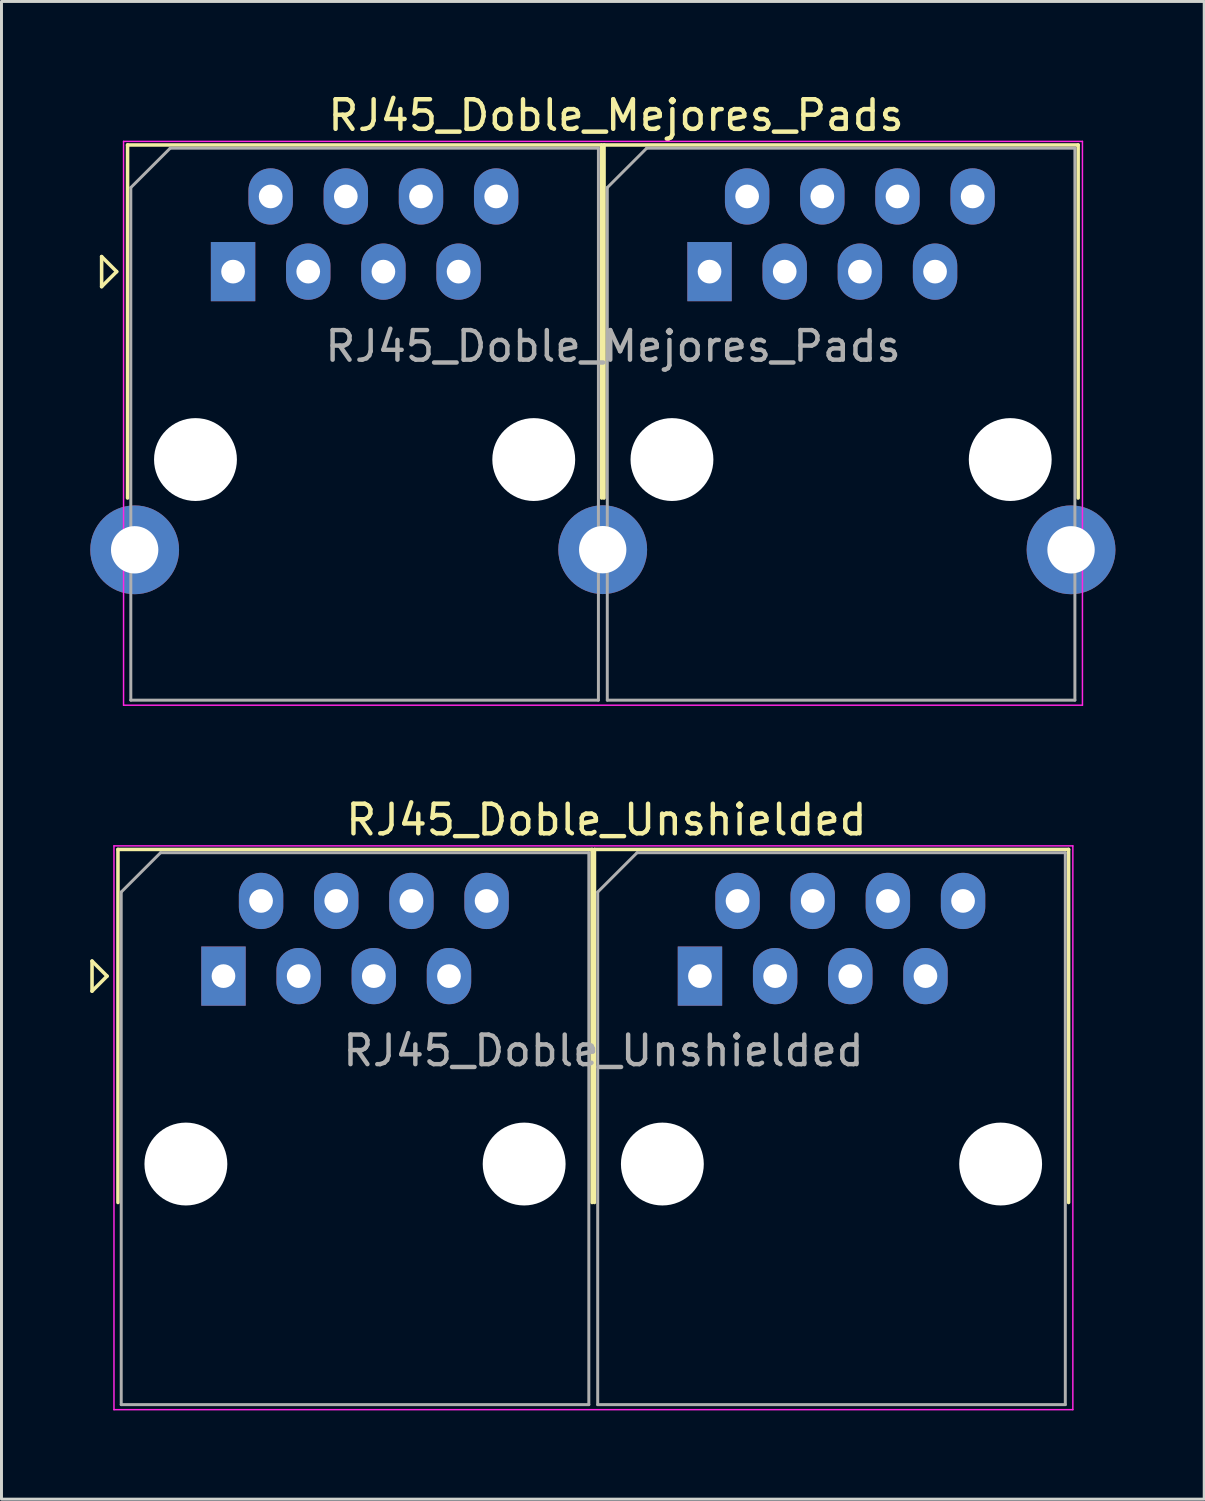
<source format=kicad_pcb>
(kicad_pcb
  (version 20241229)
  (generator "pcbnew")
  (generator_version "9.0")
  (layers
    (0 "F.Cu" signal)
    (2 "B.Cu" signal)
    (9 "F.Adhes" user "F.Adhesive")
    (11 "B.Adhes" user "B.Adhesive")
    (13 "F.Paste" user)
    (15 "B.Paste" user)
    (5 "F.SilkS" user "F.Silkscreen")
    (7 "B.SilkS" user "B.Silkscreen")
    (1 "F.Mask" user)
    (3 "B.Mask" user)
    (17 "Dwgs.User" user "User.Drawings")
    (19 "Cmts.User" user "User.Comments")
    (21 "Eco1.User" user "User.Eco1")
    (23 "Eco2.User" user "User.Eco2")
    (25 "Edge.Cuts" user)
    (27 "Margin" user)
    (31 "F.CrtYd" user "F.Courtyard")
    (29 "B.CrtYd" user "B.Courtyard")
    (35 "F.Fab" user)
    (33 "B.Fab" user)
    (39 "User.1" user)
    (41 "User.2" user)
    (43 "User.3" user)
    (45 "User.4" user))
  (footprint "RJ45_Doble_Mejores_Pads"
    (layer "F.Cu")
    (at 4.865 6.048)
    (property "Reference" "RJ45_Doble_Mejores_Pads" (at 12.9 -5.2 0) (layer "F.SilkS") (effects (font (size 1 1) (thickness 0.15))))
    (attr through_hole)
    (fp_line (start -4.481 -0.428) (end -4.481 0.588) (stroke (width 0.12) (type solid)) (layer "F.SilkS"))
    (fp_line (start -4.481 0.588) (end -3.973 0.08) (stroke (width 0.12) (type solid)) (layer "F.SilkS"))
    (fp_line (start -3.973 0.08) (end -4.481 -0.428) (stroke (width 0.12) (type solid)) (layer "F.SilkS"))
    (fp_line (start -3.605 -4.2) (end -3.605 7.73) (stroke (width 0.12) (type solid)) (layer "F.SilkS"))
    (fp_line (start 12.415 -4.2) (end -3.605 -4.2) (stroke (width 0.12) (type solid)) (layer "F.SilkS"))
    (fp_line (start 12.415 -4.2) (end 12.415 7.73) (stroke (width 0.12) (type solid)) (layer "F.SilkS"))
    (fp_line (start 12.495 -4.2) (end 12.495 7.73) (stroke (width 0.12) (type solid)) (layer "F.SilkS"))
    (fp_line (start 28.515 -4.2) (end 12.495 -4.2) (stroke (width 0.12) (type solid)) (layer "F.SilkS"))
    (fp_line (start 28.515 -4.2) (end 28.515 7.73) (stroke (width 0.12) (type solid)) (layer "F.SilkS"))
    (fp_line (start -3.605 11.23) (end -3.605 14.67) (stroke (width 0.12) (type solid)) (layer "Eco2.User"))
    (fp_line (start 12.415 11.23) (end 12.415 14.67) (stroke (width 0.12) (type solid)) (layer "Eco2.User"))
    (fp_line (start 12.415 14.67) (end -3.605 14.67) (stroke (width 0.12) (type solid)) (layer "Eco2.User"))
    (fp_line (start 12.495 11.23) (end 12.495 14.67) (stroke (width 0.12) (type solid)) (layer "Eco2.User"))
    (fp_line (start 28.515 11.23) (end 28.515 14.67) (stroke (width 0.12) (type solid)) (layer "Eco2.User"))
    (fp_line (start 28.515 14.67) (end 12.495 14.67) (stroke (width 0.12) (type solid)) (layer "Eco2.User"))
    (fp_line (start -3.74 -4.32) (end 28.66 -4.32) (stroke (width 0.05) (type solid)) (layer "F.CrtYd"))
    (fp_line (start -3.74 14.73) (end -3.74 -4.32) (stroke (width 0.05) (type solid)) (layer "F.CrtYd"))
    (fp_line (start 28.66 -4.32) (end 28.66 14.73) (stroke (width 0.05) (type solid)) (layer "F.CrtYd"))
    (fp_line (start 28.66 14.73) (end -3.74 14.73) (stroke (width 0.05) (type solid)) (layer "F.CrtYd"))
    (fp_line (start -3.495 -2.76) (end -3.495 14.56) (stroke (width 0.1) (type solid)) (layer "F.Fab"))
    (fp_line (start -3.495 -2.76) (end -2.165 -4.09) (stroke (width 0.1) (type solid)) (layer "F.Fab"))
    (fp_line (start 12.305 -4.09) (end -2.165 -4.09) (stroke (width 0.1) (type solid)) (layer "F.Fab"))
    (fp_line (start 12.305 14.56) (end -3.495 14.56) (stroke (width 0.1) (type solid)) (layer "F.Fab"))
    (fp_line (start 12.305 14.56) (end 12.305 -4.09) (stroke (width 0.1) (type solid)) (layer "F.Fab"))
    (fp_line (start 12.605 -2.76) (end 12.605 14.56) (stroke (width 0.1) (type solid)) (layer "F.Fab"))
    (fp_line (start 12.605 -2.76) (end 13.935 -4.09) (stroke (width 0.1) (type solid)) (layer "F.Fab"))
    (fp_line (start 28.405 -4.09) (end 13.935 -4.09) (stroke (width 0.1) (type solid)) (layer "F.Fab"))
    (fp_line (start 28.405 14.56) (end 12.605 14.56) (stroke (width 0.1) (type solid)) (layer "F.Fab"))
    (fp_line (start 28.405 14.56) (end 28.405 -4.09) (stroke (width 0.1) (type solid)) (layer "F.Fab"))
    (fp_text user "${REFERENCE}" (at 12.8 2.6 0) (layer "F.Fab") (effects (font (size 1 1) (thickness 0.15))))
    (pad "" np_thru_hole circle (at -1.31 6.43) (size 2.8 2.8) (drill 2.8) (layers "*.Cu" "*.Mask"))
    (pad "" np_thru_hole circle (at 10.12 6.43 180) (size 2.8 2.8) (drill 2.8) (layers "*.Cu" "*.Mask"))
    (pad "" np_thru_hole circle (at 14.79 6.43) (size 2.8 2.8) (drill 2.8) (layers "*.Cu" "*.Mask"))
    (pad "" np_thru_hole circle (at 26.22 6.43 180) (size 2.8 2.8) (drill 2.8) (layers "*.Cu" "*.Mask"))
    (pad "1" thru_hole rect (at -0.04 0.08 180) (size 1.5 2) (drill 0.8) (layers "*.Cu" "*.Mask"))
    (pad "2" thru_hole oval (at 1.23 -2.46 180) (size 1.5 1.9) (drill 0.8) (layers "*.Cu" "*.Mask"))
    (pad "3" thru_hole oval (at 2.5 0.08 180) (size 1.5 1.9) (drill 0.8) (layers "*.Cu" "*.Mask"))
    (pad "4" thru_hole oval (at 3.77 -2.46 180) (size 1.5 1.9) (drill 0.8) (layers "*.Cu" "*.Mask"))
    (pad "5" thru_hole oval (at 5.04 0.08 180) (size 1.5 1.9) (drill 0.8) (layers "*.Cu" "*.Mask"))
    (pad "6" thru_hole oval (at 6.31 -2.46 180) (size 1.5 1.9) (drill 0.8) (layers "*.Cu" "*.Mask"))
    (pad "7" thru_hole oval (at 7.58 0.08 180) (size 1.5 1.9) (drill 0.8) (layers "*.Cu" "*.Mask"))
    (pad "8" thru_hole oval (at 8.85 -2.46 180) (size 1.5 1.9) (drill 0.8) (layers "*.Cu" "*.Mask"))
    (pad "9" thru_hole rect (at 16.06 0.08 180) (size 1.5 2) (drill 0.8) (layers "*.Cu" "*.Mask"))
    (pad "10" thru_hole oval (at 17.33 -2.46 180) (size 1.5 1.9) (drill 0.8) (layers "*.Cu" "*.Mask"))
    (pad "11" thru_hole oval (at 18.6 0.08 180) (size 1.5 1.9) (drill 0.8) (layers "*.Cu" "*.Mask"))
    (pad "12" thru_hole oval (at 19.87 -2.46 180) (size 1.5 1.9) (drill 0.8) (layers "*.Cu" "*.Mask"))
    (pad "13" thru_hole oval (at 21.14 0.08 180) (size 1.5 1.9) (drill 0.8) (layers "*.Cu" "*.Mask"))
    (pad "14" thru_hole oval (at 22.41 -2.46 180) (size 1.5 1.9) (drill 0.8) (layers "*.Cu" "*.Mask"))
    (pad "15" thru_hole oval (at 23.68 0.08 180) (size 1.5 1.9) (drill 0.8) (layers "*.Cu" "*.Mask"))
    (pad "16" thru_hole oval (at 24.95 -2.46 180) (size 1.5 1.9) (drill 0.8) (layers "*.Cu" "*.Mask"))
    (pad "SH" thru_hole circle (at -3.365 9.48) (size 3 3) (drill 1.6) (layers "*.Cu" "*.Mask"))
    (pad "SH" thru_hole circle (at 12.45 9.475 180) (size 3 3) (drill 1.6) (layers "*.Cu" "*.Mask"))
    (pad "SH" thru_hole circle (at 28.275 9.48 180) (size 3 3) (drill 1.6) (layers "*.Cu" "*.Mask")))
  (footprint "RJ45_Doble_Unshielded"
    (layer "F.Cu")
    (at 4.541 29.852)
    (property "Reference" "RJ45_Doble_Unshielded" (at 12.9 -5.2 0) (layer "F.SilkS") (effects (font (size 1 1) (thickness 0.15))))
    (attr through_hole)
    (fp_line (start -4.481 -0.428) (end -4.481 0.588) (stroke (width 0.12) (type solid)) (layer "F.SilkS"))
    (fp_line (start -4.481 0.588) (end -3.973 0.08) (stroke (width 0.12) (type solid)) (layer "F.SilkS"))
    (fp_line (start -3.973 0.08) (end -4.481 -0.428) (stroke (width 0.12) (type solid)) (layer "F.SilkS"))
    (fp_line (start -3.605 -4.2) (end -3.605 7.73) (stroke (width 0.12) (type solid)) (layer "F.SilkS"))
    (fp_line (start 12.415 -4.2) (end -3.605 -4.2) (stroke (width 0.12) (type solid)) (layer "F.SilkS"))
    (fp_line (start 12.415 -4.2) (end 12.415 7.73) (stroke (width 0.12) (type solid)) (layer "F.SilkS"))
    (fp_line (start 12.495 -4.2) (end 12.495 7.73) (stroke (width 0.12) (type solid)) (layer "F.SilkS"))
    (fp_line (start 28.515 -4.2) (end 12.495 -4.2) (stroke (width 0.12) (type solid)) (layer "F.SilkS"))
    (fp_line (start 28.515 -4.2) (end 28.515 7.73) (stroke (width 0.12) (type solid)) (layer "F.SilkS"))
    (fp_line (start -3.605 11.23) (end -3.605 14.67) (stroke (width 0.12) (type solid)) (layer "Eco2.User"))
    (fp_line (start 12.415 11.23) (end 12.415 14.67) (stroke (width 0.12) (type solid)) (layer "Eco2.User"))
    (fp_line (start 12.415 14.67) (end -3.605 14.67) (stroke (width 0.12) (type solid)) (layer "Eco2.User"))
    (fp_line (start 12.495 11.23) (end 12.495 14.67) (stroke (width 0.12) (type solid)) (layer "Eco2.User"))
    (fp_line (start 28.515 11.23) (end 28.515 14.67) (stroke (width 0.12) (type solid)) (layer "Eco2.User"))
    (fp_line (start 28.515 14.67) (end 12.495 14.67) (stroke (width 0.12) (type solid)) (layer "Eco2.User"))
    (fp_line (start -3.74 -4.32) (end 28.66 -4.32) (stroke (width 0.05) (type solid)) (layer "F.CrtYd"))
    (fp_line (start -3.74 14.73) (end -3.74 -4.32) (stroke (width 0.05) (type solid)) (layer "F.CrtYd"))
    (fp_line (start 28.66 -4.32) (end 28.66 14.73) (stroke (width 0.05) (type solid)) (layer "F.CrtYd"))
    (fp_line (start 28.66 14.73) (end -3.74 14.73) (stroke (width 0.05) (type solid)) (layer "F.CrtYd"))
    (fp_line (start -3.495 -2.76) (end -3.495 14.56) (stroke (width 0.1) (type solid)) (layer "F.Fab"))
    (fp_line (start -3.495 -2.76) (end -2.165 -4.09) (stroke (width 0.1) (type solid)) (layer "F.Fab"))
    (fp_line (start 12.305 -4.09) (end -2.165 -4.09) (stroke (width 0.1) (type solid)) (layer "F.Fab"))
    (fp_line (start 12.305 14.56) (end -3.495 14.56) (stroke (width 0.1) (type solid)) (layer "F.Fab"))
    (fp_line (start 12.305 14.56) (end 12.305 -4.09) (stroke (width 0.1) (type solid)) (layer "F.Fab"))
    (fp_line (start 12.605 -2.76) (end 12.605 14.56) (stroke (width 0.1) (type solid)) (layer "F.Fab"))
    (fp_line (start 12.605 -2.76) (end 13.935 -4.09) (stroke (width 0.1) (type solid)) (layer "F.Fab"))
    (fp_line (start 28.405 -4.09) (end 13.935 -4.09) (stroke (width 0.1) (type solid)) (layer "F.Fab"))
    (fp_line (start 28.405 14.56) (end 12.605 14.56) (stroke (width 0.1) (type solid)) (layer "F.Fab"))
    (fp_line (start 28.405 14.56) (end 28.405 -4.09) (stroke (width 0.1) (type solid)) (layer "F.Fab"))
    (fp_text user "${REFERENCE}" (at 12.8 2.6 0) (layer "F.Fab") (effects (font (size 1 1) (thickness 0.15))))
    (pad "" np_thru_hole circle (at -1.31 6.43) (size 2.8 2.8) (drill 2.8) (layers "*.Cu" "*.Mask"))
    (pad "" np_thru_hole circle (at 10.12 6.43 180) (size 2.8 2.8) (drill 2.8) (layers "*.Cu" "*.Mask"))
    (pad "" np_thru_hole circle (at 14.79 6.43) (size 2.8 2.8) (drill 2.8) (layers "*.Cu" "*.Mask"))
    (pad "" np_thru_hole circle (at 26.22 6.43 180) (size 2.8 2.8) (drill 2.8) (layers "*.Cu" "*.Mask"))
    (pad "1" thru_hole rect (at -0.04 0.08 180) (size 1.5 2) (drill 0.8) (layers "*.Cu" "*.Mask"))
    (pad "2" thru_hole oval (at 1.23 -2.46 180) (size 1.5 1.9) (drill 0.8) (layers "*.Cu" "*.Mask"))
    (pad "3" thru_hole oval (at 2.5 0.08 180) (size 1.5 1.9) (drill 0.8) (layers "*.Cu" "*.Mask"))
    (pad "4" thru_hole oval (at 3.77 -2.46 180) (size 1.5 1.9) (drill 0.8) (layers "*.Cu" "*.Mask"))
    (pad "5" thru_hole oval (at 5.04 0.08 180) (size 1.5 1.9) (drill 0.8) (layers "*.Cu" "*.Mask"))
    (pad "6" thru_hole oval (at 6.31 -2.46 180) (size 1.5 1.9) (drill 0.8) (layers "*.Cu" "*.Mask"))
    (pad "7" thru_hole oval (at 7.58 0.08 180) (size 1.5 1.9) (drill 0.8) (layers "*.Cu" "*.Mask"))
    (pad "8" thru_hole oval (at 8.85 -2.46 180) (size 1.5 1.9) (drill 0.8) (layers "*.Cu" "*.Mask"))
    (pad "9" thru_hole rect (at 16.06 0.08 180) (size 1.5 2) (drill 0.8) (layers "*.Cu" "*.Mask"))
    (pad "10" thru_hole oval (at 17.33 -2.46 180) (size 1.5 1.9) (drill 0.8) (layers "*.Cu" "*.Mask"))
    (pad "11" thru_hole oval (at 18.6 0.08 180) (size 1.5 1.9) (drill 0.8) (layers "*.Cu" "*.Mask"))
    (pad "12" thru_hole oval (at 19.87 -2.46 180) (size 1.5 1.9) (drill 0.8) (layers "*.Cu" "*.Mask"))
    (pad "13" thru_hole oval (at 21.14 0.08 180) (size 1.5 1.9) (drill 0.8) (layers "*.Cu" "*.Mask"))
    (pad "14" thru_hole oval (at 22.41 -2.46 180) (size 1.5 1.9) (drill 0.8) (layers "*.Cu" "*.Mask"))
    (pad "15" thru_hole oval (at 23.68 0.08 180) (size 1.5 1.9) (drill 0.8) (layers "*.Cu" "*.Mask"))
    (pad "16" thru_hole oval (at 24.95 -2.46 180) (size 1.5 1.9) (drill 0.8) (layers "*.Cu" "*.Mask")))
  (gr_rect
    (start -3 -3)
    (end 37.64 47.606)
    (stroke (width 0.1) (type default))
    (fill no)
    (layer "Edge.Cuts")))
</source>
